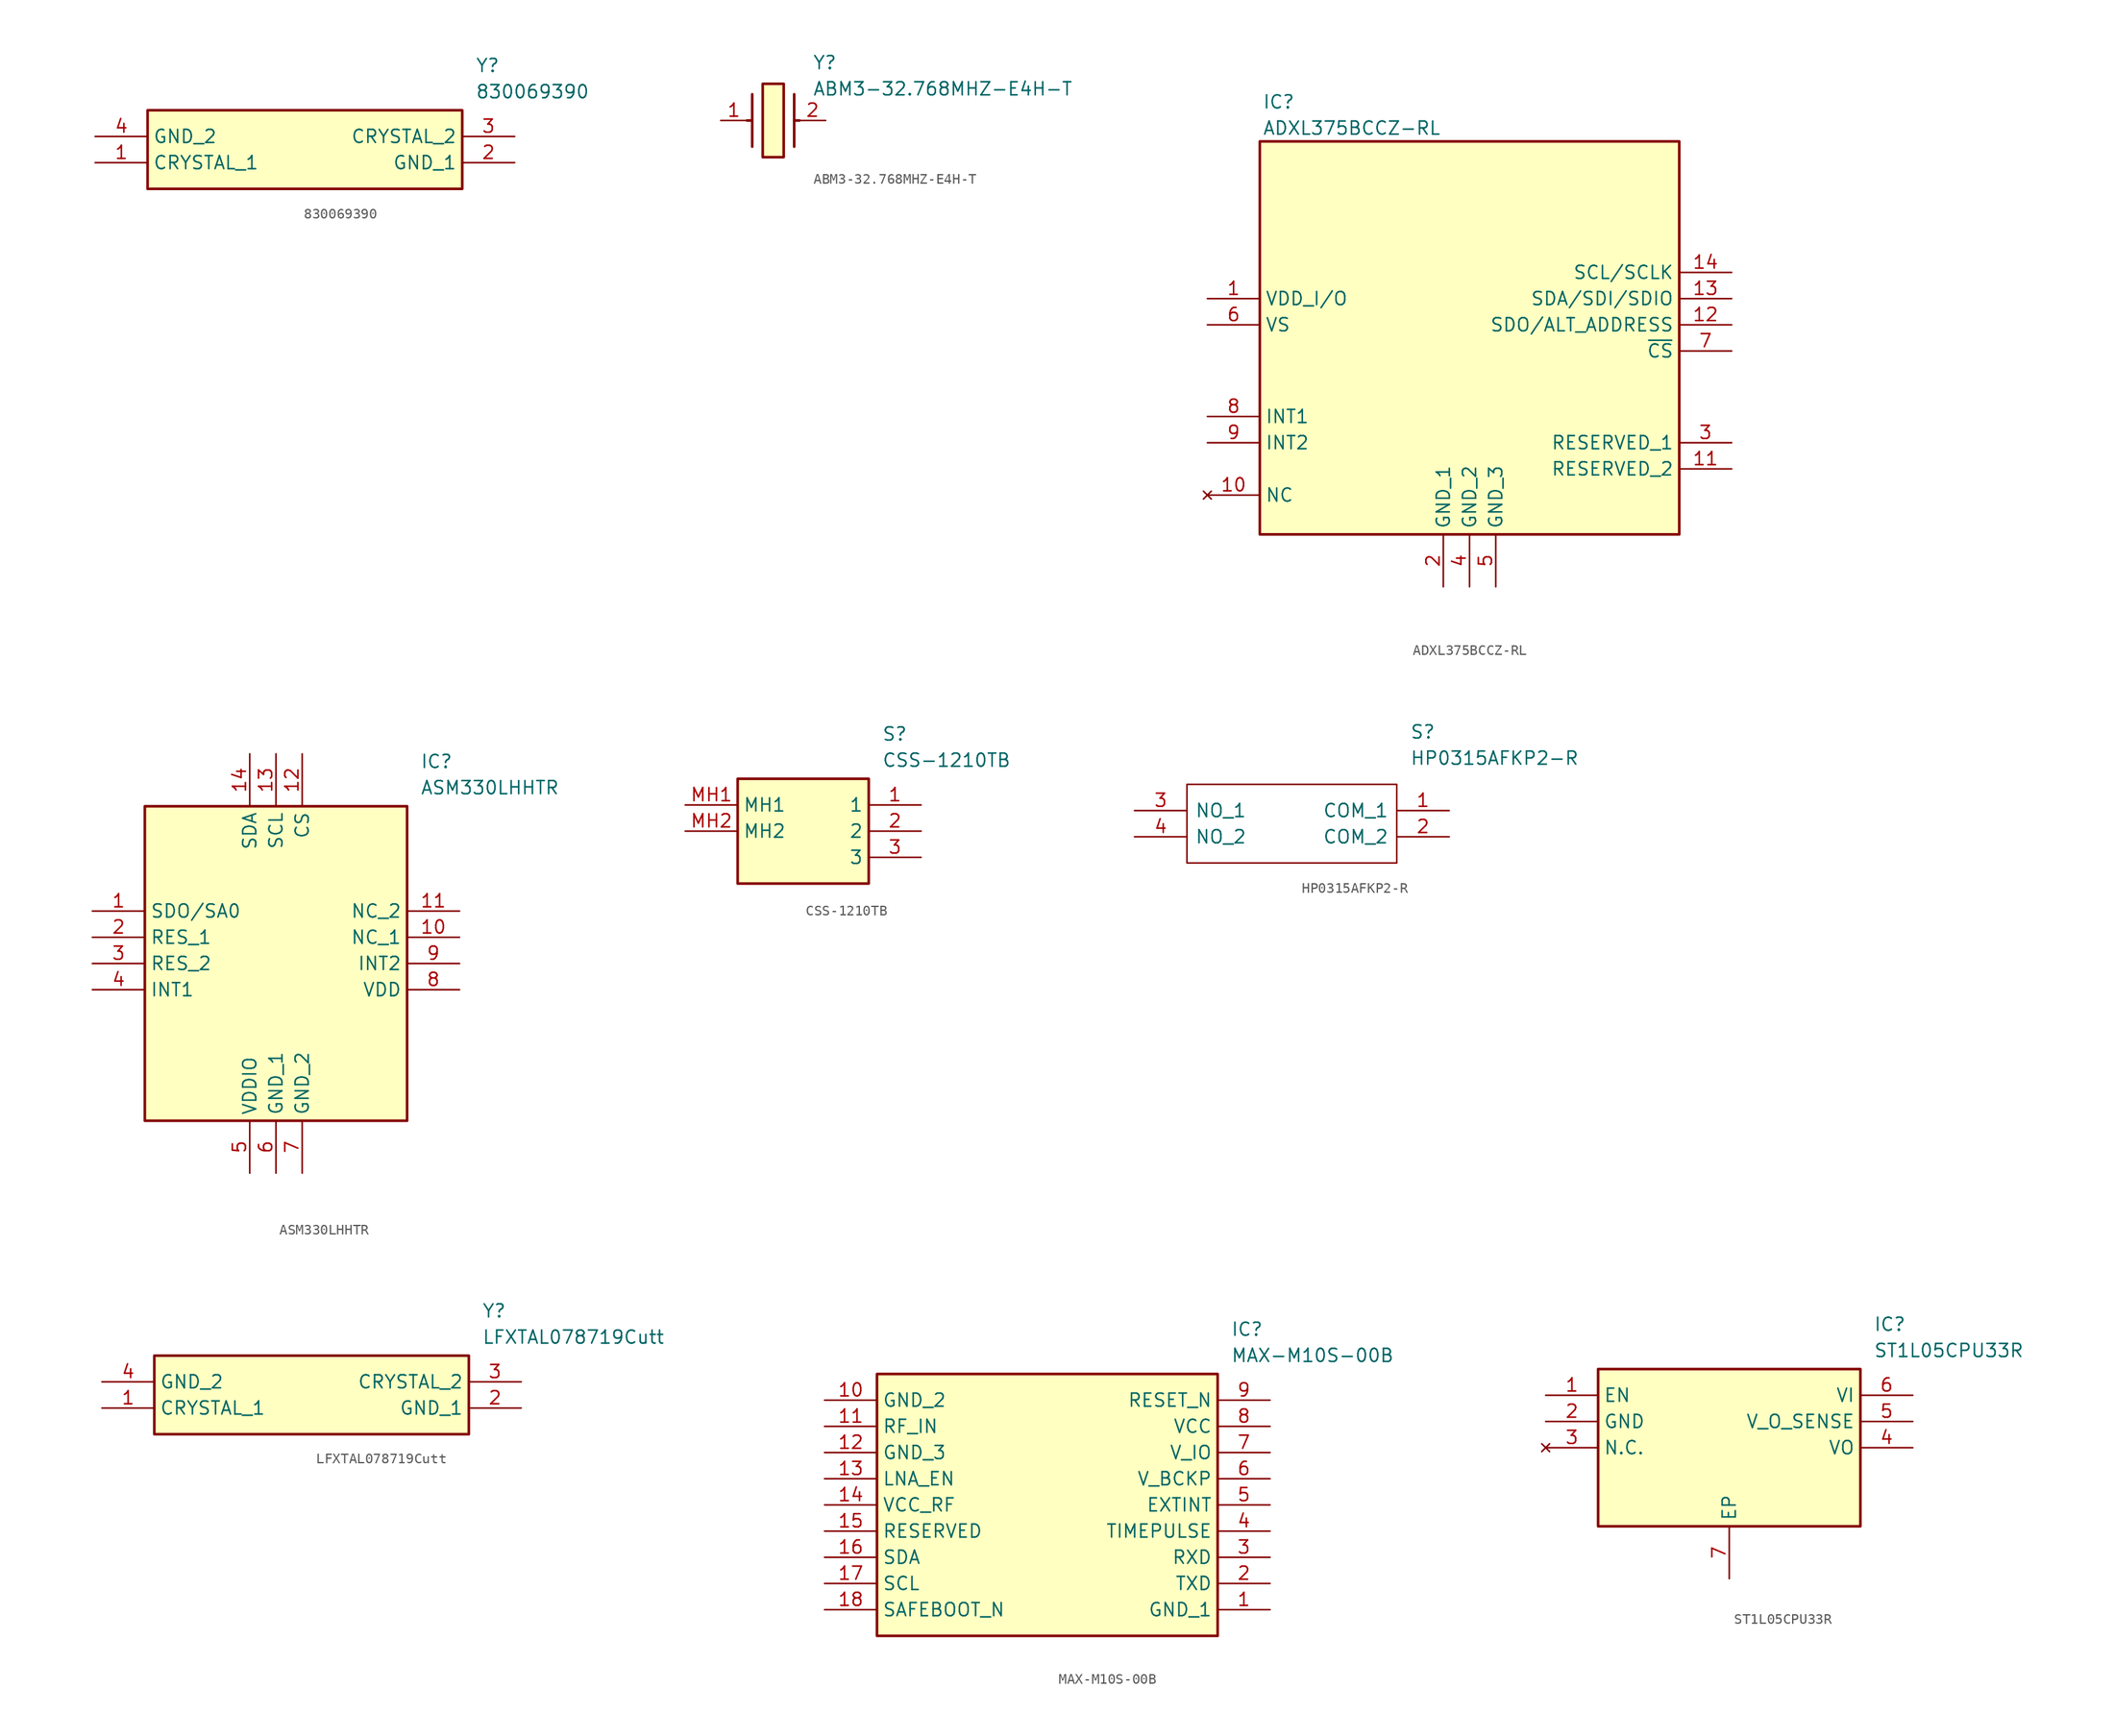
<source format=kicad_sym>
(kicad_symbol_lib
  (version 20231120)
  (generator "kicad_symbol_editor")
  (generator_version "8.0")
  (symbol "830069390"
    (property "Reference" "Y"
      (at 36.83 7.62 0)
      (effects (font (size 1.27 1.27)) (justify left top)))
    (property "Value" "830069390"
      (at 36.83 5.08 0)
      (effects (font (size 1.27 1.27)) (justify left top)))
    (symbol "830069390_1_1"
      (rectangle (start 5.08 2.54) (end 35.56 -5.08) (stroke (width 0.254) (type default)) (fill (type background)))
      (pin passive line (at 0 -2.54 0) (length 5.08) (name "CRYSTAL_1" (effects (font (size 1.27 1.27)))) (number "1" (effects (font (size 1.27 1.27)))))
      (pin passive line (at 40.64 -2.54 180) (length 5.08) (name "GND_1" (effects (font (size 1.27 1.27)))) (number "2" (effects (font (size 1.27 1.27)))))
      (pin passive line (at 40.64 0 180) (length 5.08) (name "CRYSTAL_2" (effects (font (size 1.27 1.27)))) (number "3" (effects (font (size 1.27 1.27)))))
      (pin passive line (at 0 0 0) (length 5.08) (name "GND_2" (effects (font (size 1.27 1.27)))) (number "4" (effects (font (size 1.27 1.27)))))))
  (symbol "ABM3-32.768MHZ-E4H-T"
    (pin_names hide)
    (property "Reference" "Y"
      (at 8.89 6.35 0)
      (effects (font (size 1.27 1.27)) (justify left top)))
    (property "Value" "ABM3-32.768MHZ-E4H-T"
      (at 8.89 3.81 0)
      (effects (font (size 1.27 1.27)) (justify left top)))
    (symbol "ABM3-32.768MHZ-E4H-T_1_1"
      (polyline (pts (xy 3.048 0) (xy 2.54 0)) (stroke (width 0.254) (type default)) (fill (type none)))
      (polyline (pts (xy 3.048 2.54) (xy 3.048 -2.54)) (stroke (width 0.254) (type default)) (fill (type none)))
      (polyline (pts (xy 7.112 0) (xy 7.62 0)) (stroke (width 0.254) (type default)) (fill (type none)))
      (polyline (pts (xy 7.112 2.54) (xy 7.112 -2.54)) (stroke (width 0.254) (type default)) (fill (type none)))
      (rectangle (start 4.064 3.556) (end 6.096 -3.556) (stroke (width 0.254) (type default)) (fill (type background)))
      (pin passive line (at 0 0 0) (length 2.54) (name "1" (effects (font (size 1.27 1.27)))) (number "1" (effects (font (size 1.27 1.27)))))
      (pin passive line (at 10.16 0 180) (length 2.54) (name "2" (effects (font (size 1.27 1.27)))) (number "2" (effects (font (size 1.27 1.27)))))))
  (symbol "ADXL375BCCZ-RL"
    (property "Reference" "IC"
      (at 5.334 19.812 0)
      (effects (font (size 1.27 1.27)) (justify left top)))
    (property "Value" "ADXL375BCCZ-RL"
      (at 5.334 17.272 0)
      (effects (font (size 1.27 1.27)) (justify left top)))
    (symbol "ADXL375BCCZ-RL_1_1"
      (rectangle (start 5.08 15.24) (end 45.72 -22.86) (stroke (width 0.254) (type default)) (fill (type background)))
      (pin passive line (at 0 0 0) (length 5.08) (name "VDD_I/O" (effects (font (size 1.27 1.27)))) (number "1" (effects (font (size 1.27 1.27)))))
      (pin no_connect line (at 0 -19.05 0) (length 5.08) (name "NC" (effects (font (size 1.27 1.27)))) (number "10" (effects (font (size 1.27 1.27)))))
      (pin passive line (at 50.8 -16.51 180) (length 5.08) (name "RESERVED_2" (effects (font (size 1.27 1.27)))) (number "11" (effects (font (size 1.27 1.27)))))
      (pin passive line (at 50.8 -2.54 180) (length 5.08) (name "SDO/ALT_ADDRESS" (effects (font (size 1.27 1.27)))) (number "12" (effects (font (size 1.27 1.27)))))
      (pin passive line (at 50.8 0 180) (length 5.08) (name "SDA/SDI/SDIO" (effects (font (size 1.27 1.27)))) (number "13" (effects (font (size 1.27 1.27)))))
      (pin passive line (at 50.8 2.54 180) (length 5.08) (name "SCL/SCLK" (effects (font (size 1.27 1.27)))) (number "14" (effects (font (size 1.27 1.27)))))
      (pin passive line (at 22.86 -27.94 90) (length 5.08) (name "GND_1" (effects (font (size 1.27 1.27)))) (number "2" (effects (font (size 1.27 1.27)))))
      (pin passive line (at 50.8 -13.97 180) (length 5.08) (name "RESERVED_1" (effects (font (size 1.27 1.27)))) (number "3" (effects (font (size 1.27 1.27)))))
      (pin passive line (at 25.4 -27.94 90) (length 5.08) (name "GND_2" (effects (font (size 1.27 1.27)))) (number "4" (effects (font (size 1.27 1.27)))))
      (pin passive line (at 27.94 -27.94 90) (length 5.08) (name "GND_3" (effects (font (size 1.27 1.27)))) (number "5" (effects (font (size 1.27 1.27)))))
      (pin passive line (at 0 -2.54 0) (length 5.08) (name "VS" (effects (font (size 1.27 1.27)))) (number "6" (effects (font (size 1.27 1.27)))))
      (pin passive line (at 50.8 -5.08 180) (length 5.08) (name "~{CS}" (effects (font (size 1.27 1.27)))) (number "7" (effects (font (size 1.27 1.27)))))
      (pin passive line (at 0 -11.43 0) (length 5.08) (name "INT1" (effects (font (size 1.27 1.27)))) (number "8" (effects (font (size 1.27 1.27)))))
      (pin passive line (at 0 -13.97 0) (length 5.08) (name "INT2" (effects (font (size 1.27 1.27)))) (number "9" (effects (font (size 1.27 1.27)))))))
  (symbol "ASM330LHHTR"
    (property "Reference" "IC"
      (at 31.75 15.24 0)
      (effects (font (size 1.27 1.27)) (justify left top)))
    (property "Value" "ASM330LHHTR"
      (at 31.75 12.7 0)
      (effects (font (size 1.27 1.27)) (justify left top)))
    (symbol "ASM330LHHTR_1_1"
      (rectangle (start 5.08 10.16) (end 30.48 -20.32) (stroke (width 0.254) (type default)) (fill (type background)))
      (pin passive line (at 0 0 0) (length 5.08) (name "SDO/SA0" (effects (font (size 1.27 1.27)))) (number "1" (effects (font (size 1.27 1.27)))))
      (pin passive line (at 35.56 -2.54 180) (length 5.08) (name "NC_1" (effects (font (size 1.27 1.27)))) (number "10" (effects (font (size 1.27 1.27)))))
      (pin passive line (at 35.56 0 180) (length 5.08) (name "NC_2" (effects (font (size 1.27 1.27)))) (number "11" (effects (font (size 1.27 1.27)))))
      (pin passive line (at 20.32 15.24 270) (length 5.08) (name "CS" (effects (font (size 1.27 1.27)))) (number "12" (effects (font (size 1.27 1.27)))))
      (pin passive line (at 17.78 15.24 270) (length 5.08) (name "SCL" (effects (font (size 1.27 1.27)))) (number "13" (effects (font (size 1.27 1.27)))))
      (pin passive line (at 15.24 15.24 270) (length 5.08) (name "SDA" (effects (font (size 1.27 1.27)))) (number "14" (effects (font (size 1.27 1.27)))))
      (pin passive line (at 0 -2.54 0) (length 5.08) (name "RES_1" (effects (font (size 1.27 1.27)))) (number "2" (effects (font (size 1.27 1.27)))))
      (pin passive line (at 0 -5.08 0) (length 5.08) (name "RES_2" (effects (font (size 1.27 1.27)))) (number "3" (effects (font (size 1.27 1.27)))))
      (pin passive line (at 0 -7.62 0) (length 5.08) (name "INT1" (effects (font (size 1.27 1.27)))) (number "4" (effects (font (size 1.27 1.27)))))
      (pin passive line (at 15.24 -25.4 90) (length 5.08) (name "VDDIO" (effects (font (size 1.27 1.27)))) (number "5" (effects (font (size 1.27 1.27)))))
      (pin passive line (at 17.78 -25.4 90) (length 5.08) (name "GND_1" (effects (font (size 1.27 1.27)))) (number "6" (effects (font (size 1.27 1.27)))))
      (pin passive line (at 20.32 -25.4 90) (length 5.08) (name "GND_2" (effects (font (size 1.27 1.27)))) (number "7" (effects (font (size 1.27 1.27)))))
      (pin passive line (at 35.56 -7.62 180) (length 5.08) (name "VDD" (effects (font (size 1.27 1.27)))) (number "8" (effects (font (size 1.27 1.27)))))
      (pin passive line (at 35.56 -5.08 180) (length 5.08) (name "INT2" (effects (font (size 1.27 1.27)))) (number "9" (effects (font (size 1.27 1.27)))))))
  (symbol "CSS-1210TB"
    (property "Reference" "S"
      (at 19.05 7.62 0)
      (effects (font (size 1.27 1.27)) (justify left top)))
    (property "Value" "CSS-1210TB"
      (at 19.05 5.08 0)
      (effects (font (size 1.27 1.27)) (justify left top)))
    (symbol "CSS-1210TB_1_1"
      (rectangle (start 5.08 2.54) (end 17.78 -7.62) (stroke (width 0.254) (type default)) (fill (type background)))
      (pin passive line (at 22.86 0 180) (length 5.08) (name "1" (effects (font (size 1.27 1.27)))) (number "1" (effects (font (size 1.27 1.27)))))
      (pin passive line (at 22.86 -2.54 180) (length 5.08) (name "2" (effects (font (size 1.27 1.27)))) (number "2" (effects (font (size 1.27 1.27)))))
      (pin passive line (at 22.86 -5.08 180) (length 5.08) (name "3" (effects (font (size 1.27 1.27)))) (number "3" (effects (font (size 1.27 1.27)))))
      (pin passive line (at 0 0 0) (length 5.08) (name "MH1" (effects (font (size 1.27 1.27)))) (number "MH1" (effects (font (size 1.27 1.27)))))
      (pin passive line (at 0 -2.54 0) (length 5.08) (name "MH2" (effects (font (size 1.27 1.27)))) (number "MH2" (effects (font (size 1.27 1.27)))))))
  (symbol "HP0315AFKP2-R"
    (pin_names
      (offset 0.762))
    (property "Reference" "S"
      (at 26.67 7.62 0)
      (effects (font (size 1.27 1.27)) (justify left)))
    (property "Value" "HP0315AFKP2-R"
      (at 26.67 5.08 0)
      (effects (font (size 1.27 1.27)) (justify left)))
    (symbol "HP0315AFKP2-R_0_0"
      (pin passive line (at 30.48 0 180) (length 5.08) (name "COM_1" (effects (font (size 1.27 1.27)))) (number "1" (effects (font (size 1.27 1.27)))))
      (pin passive line (at 30.48 -2.54 180) (length 5.08) (name "COM_2" (effects (font (size 1.27 1.27)))) (number "2" (effects (font (size 1.27 1.27)))))
      (pin passive line (at 0 0 0) (length 5.08) (name "NO_1" (effects (font (size 1.27 1.27)))) (number "3" (effects (font (size 1.27 1.27)))))
      (pin passive line (at 0 -2.54 0) (length 5.08) (name "NO_2" (effects (font (size 1.27 1.27)))) (number "4" (effects (font (size 1.27 1.27))))))
    (symbol "HP0315AFKP2-R_0_1"
      (polyline (pts (xy 5.08 2.54) (xy 25.4 2.54) (xy 25.4 -5.08) (xy 5.08 -5.08) (xy 5.08 2.54)) (stroke (width 0.152) (type solid)) (fill (type none)))))
  (symbol "LFXTAL078719Cutt"
    (property "Reference" "Y"
      (at 36.83 7.62 0)
      (effects (font (size 1.27 1.27)) (justify left top)))
    (property "Value" "LFXTAL078719Cutt"
      (at 36.83 5.08 0)
      (effects (font (size 1.27 1.27)) (justify left top)))
    (symbol "LFXTAL078719Cutt_1_1"
      (rectangle (start 5.08 2.54) (end 35.56 -5.08) (stroke (width 0.254) (type default)) (fill (type background)))
      (pin passive line (at 0 -2.54 0) (length 5.08) (name "CRYSTAL_1" (effects (font (size 1.27 1.27)))) (number "1" (effects (font (size 1.27 1.27)))))
      (pin passive line (at 40.64 -2.54 180) (length 5.08) (name "GND_1" (effects (font (size 1.27 1.27)))) (number "2" (effects (font (size 1.27 1.27)))))
      (pin passive line (at 40.64 0 180) (length 5.08) (name "CRYSTAL_2" (effects (font (size 1.27 1.27)))) (number "3" (effects (font (size 1.27 1.27)))))
      (pin passive line (at 0 0 0) (length 5.08) (name "GND_2" (effects (font (size 1.27 1.27)))) (number "4" (effects (font (size 1.27 1.27)))))))
  (symbol "MAX-M10S-00B"
    (property "Reference" "IC"
      (at 39.37 7.62 0)
      (effects (font (size 1.27 1.27)) (justify left top)))
    (property "Value" "MAX-M10S-00B"
      (at 39.37 5.08 0)
      (effects (font (size 1.27 1.27)) (justify left top)))
    (symbol "MAX-M10S-00B_1_1"
      (rectangle (start 5.08 2.54) (end 38.1 -22.86) (stroke (width 0.254) (type default)) (fill (type background)))
      (pin passive line (at 43.18 -20.32 180) (length 5.08) (name "GND_1" (effects (font (size 1.27 1.27)))) (number "1" (effects (font (size 1.27 1.27)))))
      (pin passive line (at 0 0 0) (length 5.08) (name "GND_2" (effects (font (size 1.27 1.27)))) (number "10" (effects (font (size 1.27 1.27)))))
      (pin passive line (at 0 -2.54 0) (length 5.08) (name "RF_IN" (effects (font (size 1.27 1.27)))) (number "11" (effects (font (size 1.27 1.27)))))
      (pin passive line (at 0 -5.08 0) (length 5.08) (name "GND_3" (effects (font (size 1.27 1.27)))) (number "12" (effects (font (size 1.27 1.27)))))
      (pin passive line (at 0 -7.62 0) (length 5.08) (name "LNA_EN" (effects (font (size 1.27 1.27)))) (number "13" (effects (font (size 1.27 1.27)))))
      (pin passive line (at 0 -10.16 0) (length 5.08) (name "VCC_RF" (effects (font (size 1.27 1.27)))) (number "14" (effects (font (size 1.27 1.27)))))
      (pin passive line (at 0 -12.7 0) (length 5.08) (name "RESERVED" (effects (font (size 1.27 1.27)))) (number "15" (effects (font (size 1.27 1.27)))))
      (pin passive line (at 0 -15.24 0) (length 5.08) (name "SDA" (effects (font (size 1.27 1.27)))) (number "16" (effects (font (size 1.27 1.27)))))
      (pin passive line (at 0 -17.78 0) (length 5.08) (name "SCL" (effects (font (size 1.27 1.27)))) (number "17" (effects (font (size 1.27 1.27)))))
      (pin passive line (at 0 -20.32 0) (length 5.08) (name "SAFEBOOT_N" (effects (font (size 1.27 1.27)))) (number "18" (effects (font (size 1.27 1.27)))))
      (pin passive line (at 43.18 -17.78 180) (length 5.08) (name "TXD" (effects (font (size 1.27 1.27)))) (number "2" (effects (font (size 1.27 1.27)))))
      (pin passive line (at 43.18 -15.24 180) (length 5.08) (name "RXD" (effects (font (size 1.27 1.27)))) (number "3" (effects (font (size 1.27 1.27)))))
      (pin passive line (at 43.18 -12.7 180) (length 5.08) (name "TIMEPULSE" (effects (font (size 1.27 1.27)))) (number "4" (effects (font (size 1.27 1.27)))))
      (pin passive line (at 43.18 -10.16 180) (length 5.08) (name "EXTINT" (effects (font (size 1.27 1.27)))) (number "5" (effects (font (size 1.27 1.27)))))
      (pin passive line (at 43.18 -7.62 180) (length 5.08) (name "V_BCKP" (effects (font (size 1.27 1.27)))) (number "6" (effects (font (size 1.27 1.27)))))
      (pin passive line (at 43.18 -5.08 180) (length 5.08) (name "V_IO" (effects (font (size 1.27 1.27)))) (number "7" (effects (font (size 1.27 1.27)))))
      (pin passive line (at 43.18 -2.54 180) (length 5.08) (name "VCC" (effects (font (size 1.27 1.27)))) (number "8" (effects (font (size 1.27 1.27)))))
      (pin passive line (at 43.18 0 180) (length 5.08) (name "RESET_N" (effects (font (size 1.27 1.27)))) (number "9" (effects (font (size 1.27 1.27)))))))
  (symbol "ST1L05CPU33R"
    (property "Reference" "IC"
      (at 31.75 7.62 0)
      (effects (font (size 1.27 1.27)) (justify left top)))
    (property "Value" "ST1L05CPU33R"
      (at 31.75 5.08 0)
      (effects (font (size 1.27 1.27)) (justify left top)))
    (symbol "ST1L05CPU33R_1_1"
      (rectangle (start 5.08 2.54) (end 30.48 -12.7) (stroke (width 0.254) (type default)) (fill (type background)))
      (pin passive line (at 0 0 0) (length 5.08) (name "EN" (effects (font (size 1.27 1.27)))) (number "1" (effects (font (size 1.27 1.27)))))
      (pin passive line (at 0 -2.54 0) (length 5.08) (name "GND" (effects (font (size 1.27 1.27)))) (number "2" (effects (font (size 1.27 1.27)))))
      (pin no_connect line (at 0 -5.08 0) (length 5.08) (name "N.C." (effects (font (size 1.27 1.27)))) (number "3" (effects (font (size 1.27 1.27)))))
      (pin passive line (at 35.56 -5.08 180) (length 5.08) (name "VO" (effects (font (size 1.27 1.27)))) (number "4" (effects (font (size 1.27 1.27)))))
      (pin passive line (at 35.56 -2.54 180) (length 5.08) (name "V_O_SENSE" (effects (font (size 1.27 1.27)))) (number "5" (effects (font (size 1.27 1.27)))))
      (pin passive line (at 35.56 0 180) (length 5.08) (name "VI" (effects (font (size 1.27 1.27)))) (number "6" (effects (font (size 1.27 1.27)))))
      (pin passive line (at 17.78 -17.78 90) (length 5.08) (name "EP" (effects (font (size 1.27 1.27)))) (number "7" (effects (font (size 1.27 1.27))))))))
</source>
